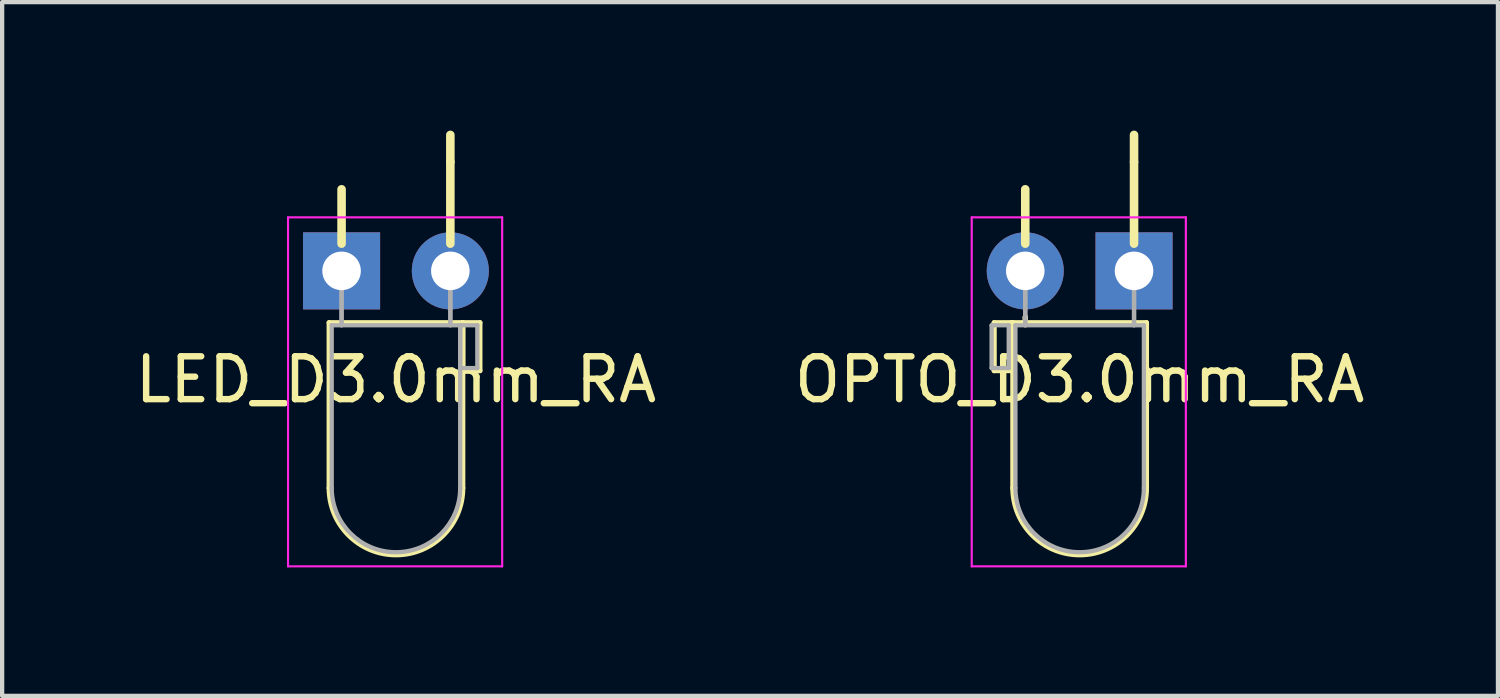
<source format=kicad_pcb>
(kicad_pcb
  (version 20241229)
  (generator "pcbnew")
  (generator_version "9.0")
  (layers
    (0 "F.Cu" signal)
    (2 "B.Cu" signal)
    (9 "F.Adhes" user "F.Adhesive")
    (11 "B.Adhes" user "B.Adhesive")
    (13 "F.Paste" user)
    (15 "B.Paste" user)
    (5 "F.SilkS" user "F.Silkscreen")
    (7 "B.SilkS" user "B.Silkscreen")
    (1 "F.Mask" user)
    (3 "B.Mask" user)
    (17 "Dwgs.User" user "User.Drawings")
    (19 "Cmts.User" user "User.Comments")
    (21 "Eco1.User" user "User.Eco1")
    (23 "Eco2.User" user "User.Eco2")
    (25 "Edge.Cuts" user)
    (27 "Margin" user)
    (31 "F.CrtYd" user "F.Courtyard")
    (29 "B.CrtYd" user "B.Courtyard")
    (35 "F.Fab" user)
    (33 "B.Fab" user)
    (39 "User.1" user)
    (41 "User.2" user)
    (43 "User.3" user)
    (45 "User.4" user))
  (footprint "OPTO_D3.0mm_RA"
    (layer "F.Cu")
    (at 20.891 3.275)
    (property "Reference" "OPTO_D3.0mm_RA" (at 1.27 2.54 0) (layer "F.SilkS") (effects (font (size 1 1) (thickness 0.15))))
    (attr through_hole)
    (fp_line (start -0.726 1.21) (end -0.326 1.21) (stroke (width 0.12) (type solid)) (layer "F.SilkS"))
    (fp_line (start -0.726 2.33) (end -0.726 1.21) (stroke (width 0.12) (type solid)) (layer "F.SilkS"))
    (fp_line (start -0.326 1.21) (end -0.326 2.33) (stroke (width 0.12) (type solid)) (layer "F.SilkS"))
    (fp_line (start -0.326 2.33) (end -0.726 2.33) (stroke (width 0.12) (type solid)) (layer "F.SilkS"))
    (fp_line (start -0.29 1.21) (end -0.29 5.07) (stroke (width 0.12) (type solid)) (layer "F.SilkS"))
    (fp_line (start -0.29 1.21) (end 2.83 1.21) (stroke (width 0.12) (type solid)) (layer "F.SilkS"))
    (fp_line (start 0 -0.635) (end 0 -1.905) (stroke (width 0.2) (type solid)) (layer "F.SilkS"))
    (fp_line (start 0 1.08) (end 0 1.08) (stroke (width 0.12) (type solid)) (layer "F.SilkS"))
    (fp_line (start 0 1.08) (end 0 1.21) (stroke (width 0.12) (type solid)) (layer "F.SilkS"))
    (fp_line (start 0 1.21) (end 0 1.08) (stroke (width 0.12) (type solid)) (layer "F.SilkS"))
    (fp_line (start 0 1.21) (end 0 1.21) (stroke (width 0.12) (type solid)) (layer "F.SilkS"))
    (fp_line (start 2.54 -2.54) (end 2.54 -3.175) (stroke (width 0.2) (type solid)) (layer "F.SilkS"))
    (fp_line (start 2.54 -0.635) (end 2.54 -2.54) (stroke (width 0.2) (type solid)) (layer "F.SilkS"))
    (fp_line (start 2.83 1.21) (end 2.83 5.07) (stroke (width 0.12) (type solid)) (layer "F.SilkS"))
    (fp_arc (start 2.83 5.07) (mid 1.27 6.63) (end -0.29 5.07) (stroke (width 0.12) (type solid)) (layer "F.SilkS"))
    (fp_line (start -1.25 -1.25) (end -1.25 6.9) (stroke (width 0.05) (type solid)) (layer "F.CrtYd"))
    (fp_line (start -1.25 6.9) (end 3.75 6.9) (stroke (width 0.05) (type solid)) (layer "F.CrtYd"))
    (fp_line (start 3.75 -1.25) (end -1.25 -1.25) (stroke (width 0.05) (type solid)) (layer "F.CrtYd"))
    (fp_line (start 3.75 6.9) (end 3.75 -1.25) (stroke (width 0.05) (type solid)) (layer "F.CrtYd"))
    (fp_line (start -0.786 1.27) (end -0.386 1.27) (stroke (width 0.1) (type solid)) (layer "F.Fab"))
    (fp_line (start -0.786 2.27) (end -0.786 1.27) (stroke (width 0.1) (type solid)) (layer "F.Fab"))
    (fp_line (start -0.386 1.27) (end -0.386 2.27) (stroke (width 0.1) (type solid)) (layer "F.Fab"))
    (fp_line (start -0.386 2.27) (end -0.786 2.27) (stroke (width 0.1) (type solid)) (layer "F.Fab"))
    (fp_line (start -0.23 1.27) (end -0.23 5.07) (stroke (width 0.1) (type solid)) (layer "F.Fab"))
    (fp_line (start -0.23 1.27) (end 2.77 1.27) (stroke (width 0.1) (type solid)) (layer "F.Fab"))
    (fp_line (start 0 0) (end 0 0) (stroke (width 0.1) (type solid)) (layer "F.Fab"))
    (fp_line (start 0 0) (end 0 1.27) (stroke (width 0.1) (type solid)) (layer "F.Fab"))
    (fp_line (start 0 1.27) (end 0 0) (stroke (width 0.1) (type solid)) (layer "F.Fab"))
    (fp_line (start 0 1.27) (end 0 1.27) (stroke (width 0.1) (type solid)) (layer "F.Fab"))
    (fp_line (start 2.54 0) (end 2.54 0) (stroke (width 0.1) (type solid)) (layer "F.Fab"))
    (fp_line (start 2.54 0) (end 2.54 1.27) (stroke (width 0.1) (type solid)) (layer "F.Fab"))
    (fp_line (start 2.54 1.27) (end 2.54 0) (stroke (width 0.1) (type solid)) (layer "F.Fab"))
    (fp_line (start 2.77 1.27) (end 2.77 5.07) (stroke (width 0.1) (type solid)) (layer "F.Fab"))
    (fp_arc (start 2.77 5.07) (mid 1.27 6.57) (end -0.23 5.07) (stroke (width 0.1) (type solid)) (layer "F.Fab"))
    (pad "1" thru_hole rect (at 2.54 0) (size 1.8 1.8) (drill 0.9) (layers "*.Cu" "*.Mask"))
    (pad "3" thru_hole circle (at 0 0) (size 1.8 1.8) (drill 0.9) (layers "*.Cu" "*.Mask")))
  (footprint "LED_D3.0mm_RA"
    (layer "F.Cu")
    (at 4.926 3.275)
    (property "Reference" "LED_D3.0mm_RA" (at 1.27 2.54 0) (layer "F.SilkS") (effects (font (size 1 1) (thickness 0.15))))
    (attr through_hole)
    (fp_line (start -0.29 1.21) (end -0.29 5.07) (stroke (width 0.12) (type solid)) (layer "F.SilkS"))
    (fp_line (start -0.29 1.21) (end 2.83 1.21) (stroke (width 0.12) (type solid)) (layer "F.SilkS"))
    (fp_line (start 0 -0.635) (end 0 -1.905) (stroke (width 0.2) (type solid)) (layer "F.SilkS"))
    (fp_line (start 2.54 -2.54) (end 2.54 -3.175) (stroke (width 0.2) (type solid)) (layer "F.SilkS"))
    (fp_line (start 2.54 -0.635) (end 2.54 -2.54) (stroke (width 0.2) (type solid)) (layer "F.SilkS"))
    (fp_line (start 2.83 1.21) (end 2.83 5.07) (stroke (width 0.12) (type solid)) (layer "F.SilkS"))
    (fp_line (start 2.83 1.21) (end 3.23 1.21) (stroke (width 0.12) (type solid)) (layer "F.SilkS"))
    (fp_line (start 2.83 2.33) (end 2.83 1.21) (stroke (width 0.12) (type solid)) (layer "F.SilkS"))
    (fp_line (start 3.23 1.21) (end 3.23 2.33) (stroke (width 0.12) (type solid)) (layer "F.SilkS"))
    (fp_line (start 3.23 2.33) (end 2.83 2.33) (stroke (width 0.12) (type solid)) (layer "F.SilkS"))
    (fp_arc (start 2.83 5.07) (mid 1.27 6.63) (end -0.29 5.07) (stroke (width 0.12) (type solid)) (layer "F.SilkS"))
    (fp_line (start -1.25 -1.25) (end -1.25 6.9) (stroke (width 0.05) (type solid)) (layer "F.CrtYd"))
    (fp_line (start -1.25 6.9) (end 3.75 6.9) (stroke (width 0.05) (type solid)) (layer "F.CrtYd"))
    (fp_line (start 3.75 -1.25) (end -1.25 -1.25) (stroke (width 0.05) (type solid)) (layer "F.CrtYd"))
    (fp_line (start 3.75 6.9) (end 3.75 -1.25) (stroke (width 0.05) (type solid)) (layer "F.CrtYd"))
    (fp_line (start -0.23 1.27) (end -0.23 5.07) (stroke (width 0.1) (type solid)) (layer "F.Fab"))
    (fp_line (start -0.23 1.27) (end 2.77 1.27) (stroke (width 0.1) (type solid)) (layer "F.Fab"))
    (fp_line (start 0 0) (end 0 0) (stroke (width 0.1) (type solid)) (layer "F.Fab"))
    (fp_line (start 0 0) (end 0 1.27) (stroke (width 0.1) (type solid)) (layer "F.Fab"))
    (fp_line (start 0 1.27) (end 0 0) (stroke (width 0.1) (type solid)) (layer "F.Fab"))
    (fp_line (start 2.54 0) (end 2.54 0) (stroke (width 0.1) (type solid)) (layer "F.Fab"))
    (fp_line (start 2.54 0) (end 2.54 1.27) (stroke (width 0.1) (type solid)) (layer "F.Fab"))
    (fp_line (start 2.54 1.27) (end 2.54 0) (stroke (width 0.1) (type solid)) (layer "F.Fab"))
    (fp_line (start 2.77 1.27) (end 2.77 5.07) (stroke (width 0.1) (type solid)) (layer "F.Fab"))
    (fp_line (start 2.77 1.27) (end 3.17 1.27) (stroke (width 0.1) (type solid)) (layer "F.Fab"))
    (fp_line (start 2.77 2.27) (end 2.77 1.27) (stroke (width 0.1) (type solid)) (layer "F.Fab"))
    (fp_line (start 3.17 1.27) (end 3.17 2.27) (stroke (width 0.1) (type solid)) (layer "F.Fab"))
    (fp_line (start 3.17 2.27) (end 2.77 2.27) (stroke (width 0.1) (type solid)) (layer "F.Fab"))
    (fp_arc (start 2.77 5.07) (mid 1.27 6.57) (end -0.23 5.07) (stroke (width 0.1) (type solid)) (layer "F.Fab"))
    (pad "1" thru_hole rect (at 0 0) (size 1.8 1.8) (drill 0.9) (layers "*.Cu" "*.Mask"))
    (pad "2" thru_hole circle (at 2.54 0) (size 1.8 1.8) (drill 0.9) (layers "*.Cu" "*.Mask")))
  (gr_rect
    (start -3 -3)
    (end 31.929 13.2)
    (stroke (width 0.1) (type default))
    (fill no)
    (layer "Edge.Cuts")))
</source>
